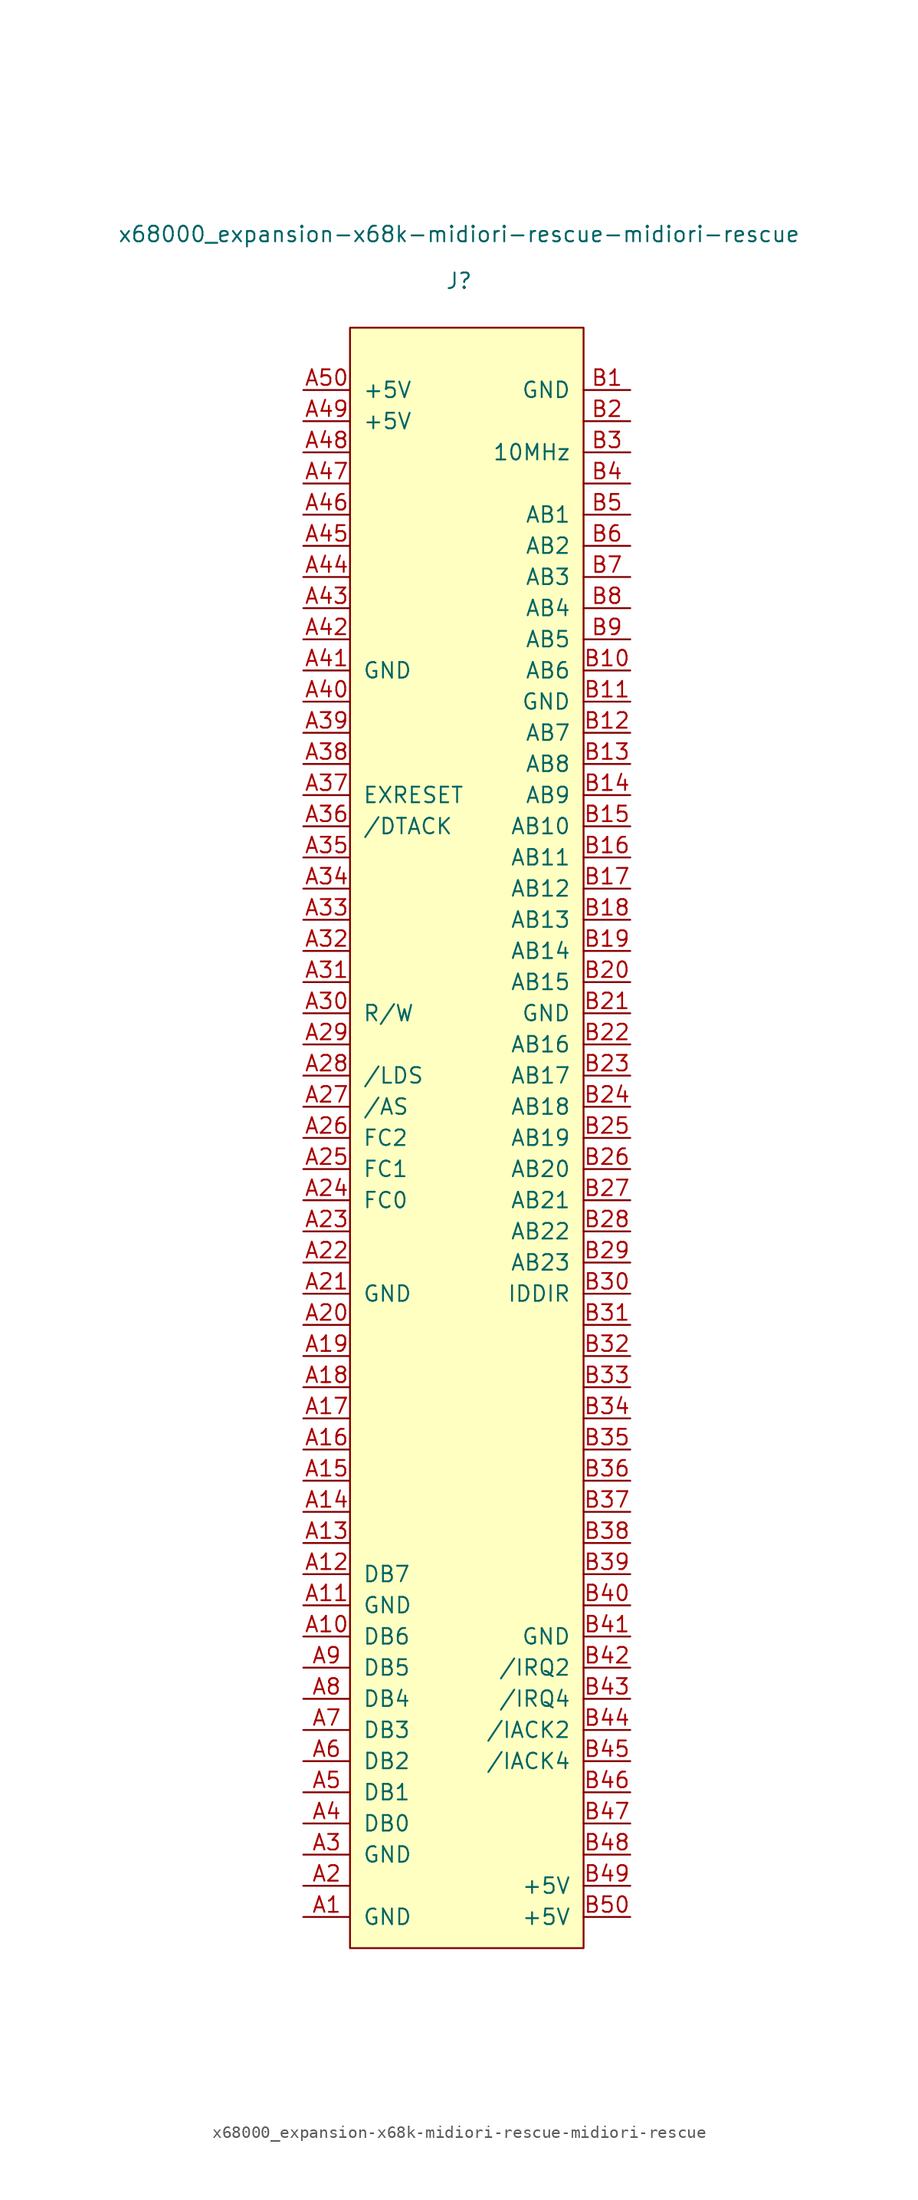
<source format=kicad_sym>
(kicad_symbol_lib
  (version 20220914)
  (generator kicad_symbol_editor)
  (symbol "x68000_expansion-x68k-midiori-rescue-midiori-rescue"
    (pin_names
      (offset 1.016))
    (property "Reference" "J"
      (at -10.16 -102.87 0)
      (effects (font (size 1.27 1.27))))
    (property "Value" "x68000_expansion-x68k-midiori-rescue-midiori-rescue"
      (at -10.16 -99.06 0)
      (effects (font (size 1.27 1.27))))
    (symbol "x68000_expansion-x68k-midiori-rescue-midiori-rescue_0_1"
      (rectangle (start 0 -106.68) (end -19.05 -238.76) (stroke (width 0) (type default)) (fill (type background))))
    (symbol "x68000_expansion-x68k-midiori-rescue-midiori-rescue_1_1"
      (pin input line (at -22.86 -236.22 0) (length 3.81) (name "GND" (effects (font (size 1.27 1.27)))) (number "A1" (effects (font (size 1.27 1.27)))))
      (pin input line (at -22.86 -213.36 0) (length 3.81) (name "DB6" (effects (font (size 1.27 1.27)))) (number "A10" (effects (font (size 1.27 1.27)))))
      (pin input line (at -22.86 -210.82 0) (length 3.81) (name "GND" (effects (font (size 1.27 1.27)))) (number "A11" (effects (font (size 1.27 1.27)))))
      (pin input line (at -22.86 -208.28 0) (length 3.81) (name "DB7" (effects (font (size 1.27 1.27)))) (number "A12" (effects (font (size 1.27 1.27)))))
      (pin input line (at -22.86 -205.74 0) (length 3.81) (name "~" (effects (font (size 1.27 1.27)))) (number "A13" (effects (font (size 1.27 1.27)))))
      (pin input line (at -22.86 -203.2 0) (length 3.81) (name "~" (effects (font (size 1.27 1.27)))) (number "A14" (effects (font (size 1.27 1.27)))))
      (pin input line (at -22.86 -200.66 0) (length 3.81) (name "~" (effects (font (size 1.27 1.27)))) (number "A15" (effects (font (size 1.27 1.27)))))
      (pin input line (at -22.86 -198.12 0) (length 3.81) (name "~" (effects (font (size 1.27 1.27)))) (number "A16" (effects (font (size 1.27 1.27)))))
      (pin input line (at -22.86 -195.58 0) (length 3.81) (name "~" (effects (font (size 1.27 1.27)))) (number "A17" (effects (font (size 1.27 1.27)))))
      (pin input line (at -22.86 -193.04 0) (length 3.81) (name "~" (effects (font (size 1.27 1.27)))) (number "A18" (effects (font (size 1.27 1.27)))))
      (pin input line (at -22.86 -190.5 0) (length 3.81) (name "~" (effects (font (size 1.27 1.27)))) (number "A19" (effects (font (size 1.27 1.27)))))
      (pin input line (at -22.86 -233.68 0) (length 3.81) (name "~" (effects (font (size 1.27 1.27)))) (number "A2" (effects (font (size 1.27 1.27)))))
      (pin input line (at -22.86 -187.96 0) (length 3.81) (name "~" (effects (font (size 1.27 1.27)))) (number "A20" (effects (font (size 1.27 1.27)))))
      (pin input line (at -22.86 -185.42 0) (length 3.81) (name "GND" (effects (font (size 1.27 1.27)))) (number "A21" (effects (font (size 1.27 1.27)))))
      (pin input line (at -22.86 -182.88 0) (length 3.81) (name "~" (effects (font (size 1.27 1.27)))) (number "A22" (effects (font (size 1.27 1.27)))))
      (pin input line (at -22.86 -180.34 0) (length 3.81) (name "~" (effects (font (size 1.27 1.27)))) (number "A23" (effects (font (size 1.27 1.27)))))
      (pin input line (at -22.86 -177.8 0) (length 3.81) (name "FC0" (effects (font (size 1.27 1.27)))) (number "A24" (effects (font (size 1.27 1.27)))))
      (pin input line (at -22.86 -175.26 0) (length 3.81) (name "FC1" (effects (font (size 1.27 1.27)))) (number "A25" (effects (font (size 1.27 1.27)))))
      (pin input line (at -22.86 -172.72 0) (length 3.81) (name "FC2" (effects (font (size 1.27 1.27)))) (number "A26" (effects (font (size 1.27 1.27)))))
      (pin input line (at -22.86 -170.18 0) (length 3.81) (name "/AS" (effects (font (size 1.27 1.27)))) (number "A27" (effects (font (size 1.27 1.27)))))
      (pin input line (at -22.86 -167.64 0) (length 3.81) (name "/LDS" (effects (font (size 1.27 1.27)))) (number "A28" (effects (font (size 1.27 1.27)))))
      (pin input line (at -22.86 -165.1 0) (length 3.81) (name "~" (effects (font (size 1.27 1.27)))) (number "A29" (effects (font (size 1.27 1.27)))))
      (pin input line (at -22.86 -231.14 0) (length 3.81) (name "GND" (effects (font (size 1.27 1.27)))) (number "A3" (effects (font (size 1.27 1.27)))))
      (pin input line (at -22.86 -162.56 0) (length 3.81) (name "R/W" (effects (font (size 1.27 1.27)))) (number "A30" (effects (font (size 1.27 1.27)))))
      (pin input line (at -22.86 -160.02 0) (length 3.81) (name "~" (effects (font (size 1.27 1.27)))) (number "A31" (effects (font (size 1.27 1.27)))))
      (pin input line (at -22.86 -157.48 0) (length 3.81) (name "~" (effects (font (size 1.27 1.27)))) (number "A32" (effects (font (size 1.27 1.27)))))
      (pin input line (at -22.86 -154.94 0) (length 3.81) (name "~" (effects (font (size 1.27 1.27)))) (number "A33" (effects (font (size 1.27 1.27)))))
      (pin input line (at -22.86 -152.4 0) (length 3.81) (name "~" (effects (font (size 1.27 1.27)))) (number "A34" (effects (font (size 1.27 1.27)))))
      (pin input line (at -22.86 -149.86 0) (length 3.81) (name "~" (effects (font (size 1.27 1.27)))) (number "A35" (effects (font (size 1.27 1.27)))))
      (pin input line (at -22.86 -147.32 0) (length 3.81) (name "/DTACK" (effects (font (size 1.27 1.27)))) (number "A36" (effects (font (size 1.27 1.27)))))
      (pin input line (at -22.86 -144.78 0) (length 3.81) (name "EXRESET" (effects (font (size 1.27 1.27)))) (number "A37" (effects (font (size 1.27 1.27)))))
      (pin input line (at -22.86 -142.24 0) (length 3.81) (name "~" (effects (font (size 1.27 1.27)))) (number "A38" (effects (font (size 1.27 1.27)))))
      (pin input line (at -22.86 -139.7 0) (length 3.81) (name "~" (effects (font (size 1.27 1.27)))) (number "A39" (effects (font (size 1.27 1.27)))))
      (pin input line (at -22.86 -228.6 0) (length 3.81) (name "DB0" (effects (font (size 1.27 1.27)))) (number "A4" (effects (font (size 1.27 1.27)))))
      (pin input line (at -22.86 -137.16 0) (length 3.81) (name "~" (effects (font (size 1.27 1.27)))) (number "A40" (effects (font (size 1.27 1.27)))))
      (pin input line (at -22.86 -134.62 0) (length 3.81) (name "GND" (effects (font (size 1.27 1.27)))) (number "A41" (effects (font (size 1.27 1.27)))))
      (pin input line (at -22.86 -132.08 0) (length 3.81) (name "~" (effects (font (size 1.27 1.27)))) (number "A42" (effects (font (size 1.27 1.27)))))
      (pin input line (at -22.86 -129.54 0) (length 3.81) (name "~" (effects (font (size 1.27 1.27)))) (number "A43" (effects (font (size 1.27 1.27)))))
      (pin input line (at -22.86 -127 0) (length 3.81) (name "~" (effects (font (size 1.27 1.27)))) (number "A44" (effects (font (size 1.27 1.27)))))
      (pin input line (at -22.86 -124.46 0) (length 3.81) (name "~" (effects (font (size 1.27 1.27)))) (number "A45" (effects (font (size 1.27 1.27)))))
      (pin input line (at -22.86 -121.92 0) (length 3.81) (name "~" (effects (font (size 1.27 1.27)))) (number "A46" (effects (font (size 1.27 1.27)))))
      (pin input line (at -22.86 -119.38 0) (length 3.81) (name "~" (effects (font (size 1.27 1.27)))) (number "A47" (effects (font (size 1.27 1.27)))))
      (pin input line (at -22.86 -116.84 0) (length 3.81) (name "~" (effects (font (size 1.27 1.27)))) (number "A48" (effects (font (size 1.27 1.27)))))
      (pin input line (at -22.86 -114.3 0) (length 3.81) (name "+5V" (effects (font (size 1.27 1.27)))) (number "A49" (effects (font (size 1.27 1.27)))))
      (pin input line (at -22.86 -226.06 0) (length 3.81) (name "DB1" (effects (font (size 1.27 1.27)))) (number "A5" (effects (font (size 1.27 1.27)))))
      (pin input line (at -22.86 -111.76 0) (length 3.81) (name "+5V" (effects (font (size 1.27 1.27)))) (number "A50" (effects (font (size 1.27 1.27)))))
      (pin input line (at -22.86 -223.52 0) (length 3.81) (name "DB2" (effects (font (size 1.27 1.27)))) (number "A6" (effects (font (size 1.27 1.27)))))
      (pin input line (at -22.86 -220.98 0) (length 3.81) (name "DB3" (effects (font (size 1.27 1.27)))) (number "A7" (effects (font (size 1.27 1.27)))))
      (pin input line (at -22.86 -218.44 0) (length 3.81) (name "DB4" (effects (font (size 1.27 1.27)))) (number "A8" (effects (font (size 1.27 1.27)))))
      (pin input line (at -22.86 -215.9 0) (length 3.81) (name "DB5" (effects (font (size 1.27 1.27)))) (number "A9" (effects (font (size 1.27 1.27)))))
      (pin input line (at 3.81 -111.76 180) (length 3.81) (name "GND" (effects (font (size 1.27 1.27)))) (number "B1" (effects (font (size 1.27 1.27)))))
      (pin input line (at 3.81 -134.62 180) (length 3.81) (name "AB6" (effects (font (size 1.27 1.27)))) (number "B10" (effects (font (size 1.27 1.27)))))
      (pin input line (at 3.81 -137.16 180) (length 3.81) (name "GND" (effects (font (size 1.27 1.27)))) (number "B11" (effects (font (size 1.27 1.27)))))
      (pin input line (at 3.81 -139.7 180) (length 3.81) (name "AB7" (effects (font (size 1.27 1.27)))) (number "B12" (effects (font (size 1.27 1.27)))))
      (pin input line (at 3.81 -142.24 180) (length 3.81) (name "AB8" (effects (font (size 1.27 1.27)))) (number "B13" (effects (font (size 1.27 1.27)))))
      (pin input line (at 3.81 -144.78 180) (length 3.81) (name "AB9" (effects (font (size 1.27 1.27)))) (number "B14" (effects (font (size 1.27 1.27)))))
      (pin input line (at 3.81 -147.32 180) (length 3.81) (name "AB10" (effects (font (size 1.27 1.27)))) (number "B15" (effects (font (size 1.27 1.27)))))
      (pin input line (at 3.81 -149.86 180) (length 3.81) (name "AB11" (effects (font (size 1.27 1.27)))) (number "B16" (effects (font (size 1.27 1.27)))))
      (pin input line (at 3.81 -152.4 180) (length 3.81) (name "AB12" (effects (font (size 1.27 1.27)))) (number "B17" (effects (font (size 1.27 1.27)))))
      (pin input line (at 3.81 -154.94 180) (length 3.81) (name "AB13" (effects (font (size 1.27 1.27)))) (number "B18" (effects (font (size 1.27 1.27)))))
      (pin input line (at 3.81 -157.48 180) (length 3.81) (name "AB14" (effects (font (size 1.27 1.27)))) (number "B19" (effects (font (size 1.27 1.27)))))
      (pin input line (at 3.81 -114.3 180) (length 3.81) (name "~" (effects (font (size 1.27 1.27)))) (number "B2" (effects (font (size 1.27 1.27)))))
      (pin input line (at 3.81 -160.02 180) (length 3.81) (name "AB15" (effects (font (size 1.27 1.27)))) (number "B20" (effects (font (size 1.27 1.27)))))
      (pin input line (at 3.81 -162.56 180) (length 3.81) (name "GND" (effects (font (size 1.27 1.27)))) (number "B21" (effects (font (size 1.27 1.27)))))
      (pin input line (at 3.81 -165.1 180) (length 3.81) (name "AB16" (effects (font (size 1.27 1.27)))) (number "B22" (effects (font (size 1.27 1.27)))))
      (pin input line (at 3.81 -167.64 180) (length 3.81) (name "AB17" (effects (font (size 1.27 1.27)))) (number "B23" (effects (font (size 1.27 1.27)))))
      (pin input line (at 3.81 -170.18 180) (length 3.81) (name "AB18" (effects (font (size 1.27 1.27)))) (number "B24" (effects (font (size 1.27 1.27)))))
      (pin input line (at 3.81 -172.72 180) (length 3.81) (name "AB19" (effects (font (size 1.27 1.27)))) (number "B25" (effects (font (size 1.27 1.27)))))
      (pin input line (at 3.81 -175.26 180) (length 3.81) (name "AB20" (effects (font (size 1.27 1.27)))) (number "B26" (effects (font (size 1.27 1.27)))))
      (pin input line (at 3.81 -177.8 180) (length 3.81) (name "AB21" (effects (font (size 1.27 1.27)))) (number "B27" (effects (font (size 1.27 1.27)))))
      (pin input line (at 3.81 -180.34 180) (length 3.81) (name "AB22" (effects (font (size 1.27 1.27)))) (number "B28" (effects (font (size 1.27 1.27)))))
      (pin input line (at 3.81 -182.88 180) (length 3.81) (name "AB23" (effects (font (size 1.27 1.27)))) (number "B29" (effects (font (size 1.27 1.27)))))
      (pin input line (at 3.81 -116.84 180) (length 3.81) (name "10MHz" (effects (font (size 1.27 1.27)))) (number "B3" (effects (font (size 1.27 1.27)))))
      (pin input line (at 3.81 -185.42 180) (length 3.81) (name "IDDIR" (effects (font (size 1.27 1.27)))) (number "B30" (effects (font (size 1.27 1.27)))))
      (pin input line (at 3.81 -187.96 180) (length 3.81) (name "~" (effects (font (size 1.27 1.27)))) (number "B31" (effects (font (size 1.27 1.27)))))
      (pin input line (at 3.81 -190.5 180) (length 3.81) (name "~" (effects (font (size 1.27 1.27)))) (number "B32" (effects (font (size 1.27 1.27)))))
      (pin input line (at 3.81 -193.04 180) (length 3.81) (name "~" (effects (font (size 1.27 1.27)))) (number "B33" (effects (font (size 1.27 1.27)))))
      (pin input line (at 3.81 -195.58 180) (length 3.81) (name "~" (effects (font (size 1.27 1.27)))) (number "B34" (effects (font (size 1.27 1.27)))))
      (pin input line (at 3.81 -198.12 180) (length 3.81) (name "~" (effects (font (size 1.27 1.27)))) (number "B35" (effects (font (size 1.27 1.27)))))
      (pin input line (at 3.81 -200.66 180) (length 3.81) (name "~" (effects (font (size 1.27 1.27)))) (number "B36" (effects (font (size 1.27 1.27)))))
      (pin input line (at 3.81 -203.2 180) (length 3.81) (name "~" (effects (font (size 1.27 1.27)))) (number "B37" (effects (font (size 1.27 1.27)))))
      (pin input line (at 3.81 -205.74 180) (length 3.81) (name "~" (effects (font (size 1.27 1.27)))) (number "B38" (effects (font (size 1.27 1.27)))))
      (pin input line (at 3.81 -208.28 180) (length 3.81) (name "~" (effects (font (size 1.27 1.27)))) (number "B39" (effects (font (size 1.27 1.27)))))
      (pin input line (at 3.81 -119.38 180) (length 3.81) (name "~" (effects (font (size 1.27 1.27)))) (number "B4" (effects (font (size 1.27 1.27)))))
      (pin input line (at 3.81 -210.82 180) (length 3.81) (name "~" (effects (font (size 1.27 1.27)))) (number "B40" (effects (font (size 1.27 1.27)))))
      (pin input line (at 3.81 -213.36 180) (length 3.81) (name "GND" (effects (font (size 1.27 1.27)))) (number "B41" (effects (font (size 1.27 1.27)))))
      (pin input line (at 3.81 -215.9 180) (length 3.81) (name "/IRQ2" (effects (font (size 1.27 1.27)))) (number "B42" (effects (font (size 1.27 1.27)))))
      (pin input line (at 3.81 -218.44 180) (length 3.81) (name "/IRQ4" (effects (font (size 1.27 1.27)))) (number "B43" (effects (font (size 1.27 1.27)))))
      (pin input line (at 3.81 -220.98 180) (length 3.81) (name "/IACK2" (effects (font (size 1.27 1.27)))) (number "B44" (effects (font (size 1.27 1.27)))))
      (pin input line (at 3.81 -223.52 180) (length 3.81) (name "/IACK4" (effects (font (size 1.27 1.27)))) (number "B45" (effects (font (size 1.27 1.27)))))
      (pin input line (at 3.81 -226.06 180) (length 3.81) (name "~" (effects (font (size 1.27 1.27)))) (number "B46" (effects (font (size 1.27 1.27)))))
      (pin input line (at 3.81 -228.6 180) (length 3.81) (name "~" (effects (font (size 1.27 1.27)))) (number "B47" (effects (font (size 1.27 1.27)))))
      (pin input line (at 3.81 -231.14 180) (length 3.81) (name "~" (effects (font (size 1.27 1.27)))) (number "B48" (effects (font (size 1.27 1.27)))))
      (pin input line (at 3.81 -233.68 180) (length 3.81) (name "+5V" (effects (font (size 1.27 1.27)))) (number "B49" (effects (font (size 1.27 1.27)))))
      (pin input line (at 3.81 -121.92 180) (length 3.81) (name "AB1" (effects (font (size 1.27 1.27)))) (number "B5" (effects (font (size 1.27 1.27)))))
      (pin input line (at 3.81 -236.22 180) (length 3.81) (name "+5V" (effects (font (size 1.27 1.27)))) (number "B50" (effects (font (size 1.27 1.27)))))
      (pin input line (at 3.81 -124.46 180) (length 3.81) (name "AB2" (effects (font (size 1.27 1.27)))) (number "B6" (effects (font (size 1.27 1.27)))))
      (pin input line (at 3.81 -127 180) (length 3.81) (name "AB3" (effects (font (size 1.27 1.27)))) (number "B7" (effects (font (size 1.27 1.27)))))
      (pin input line (at 3.81 -129.54 180) (length 3.81) (name "AB4" (effects (font (size 1.27 1.27)))) (number "B8" (effects (font (size 1.27 1.27)))))
      (pin input line (at 3.81 -132.08 180) (length 3.81) (name "AB5" (effects (font (size 1.27 1.27)))) (number "B9" (effects (font (size 1.27 1.27))))))))
</source>
